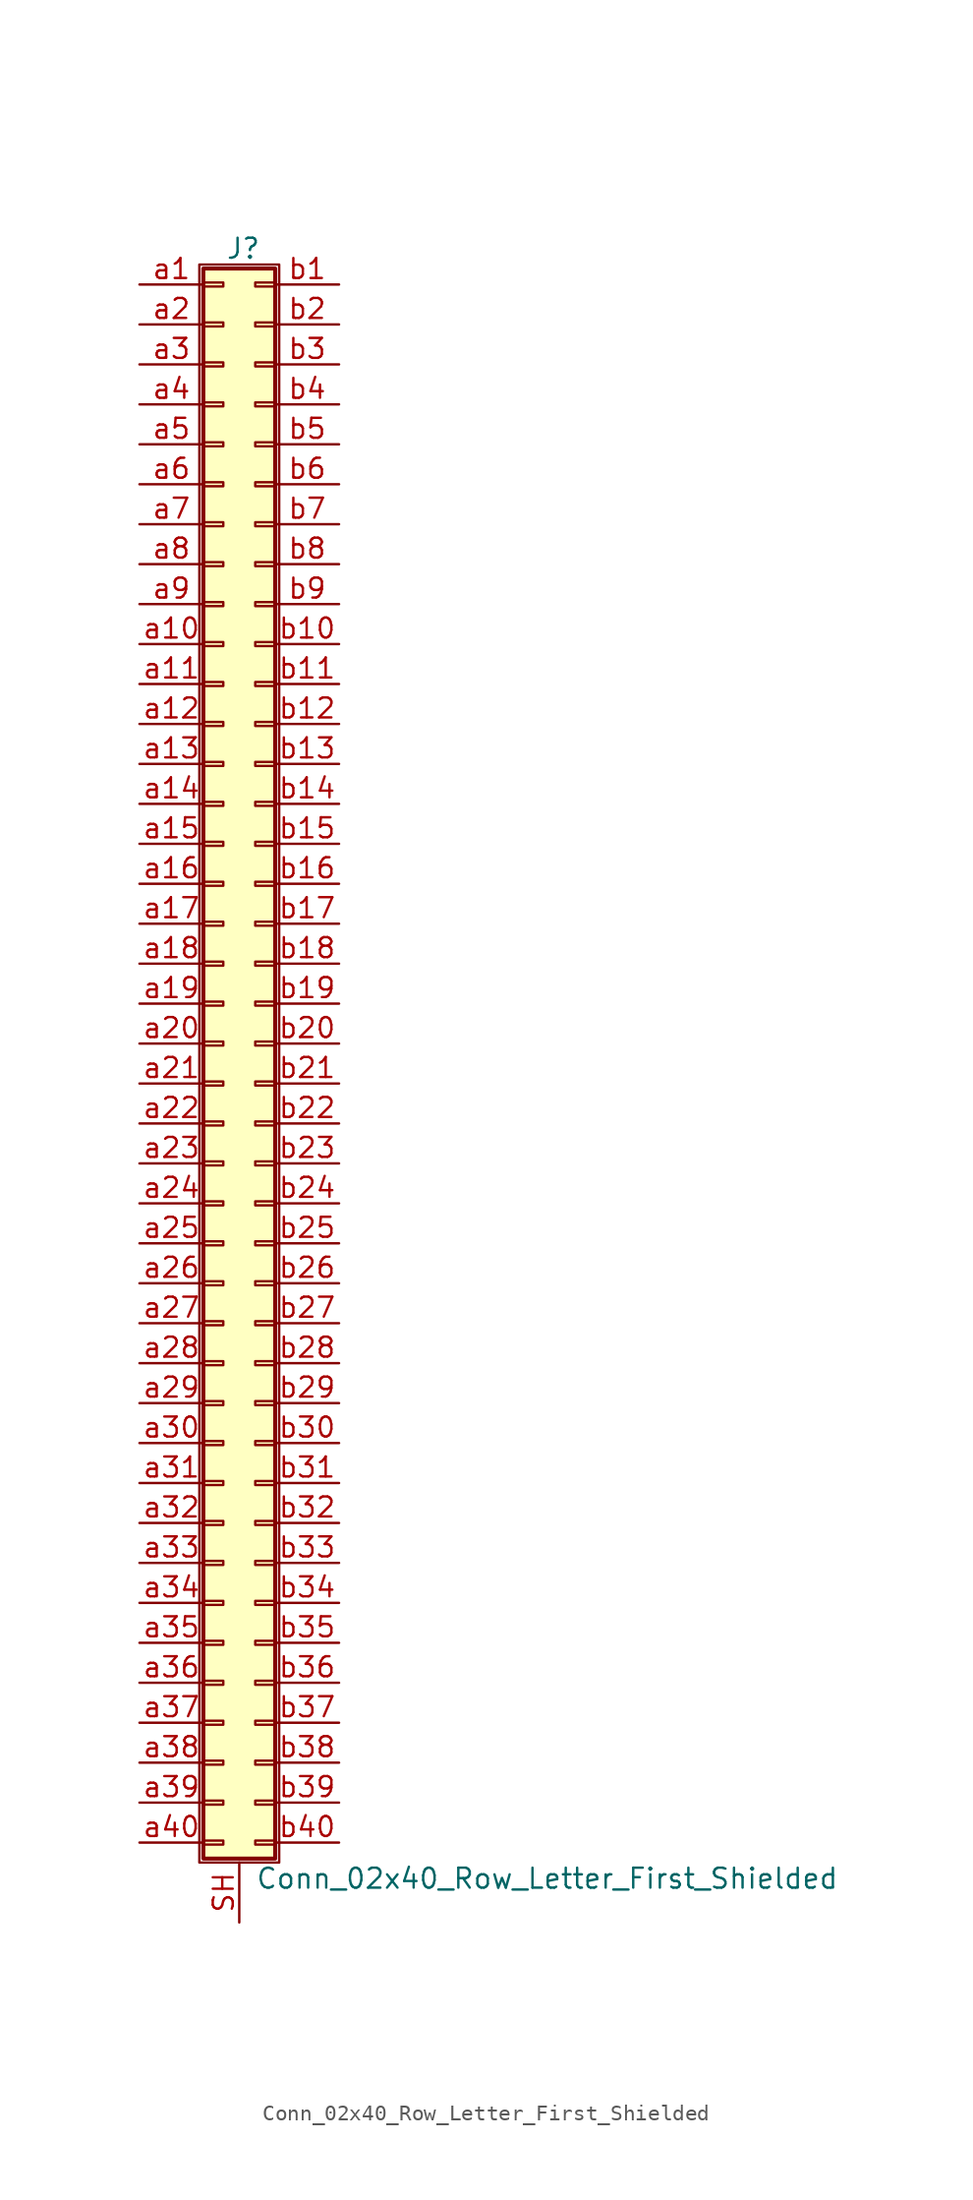
<source format=kicad_sym>
(kicad_symbol_lib
  (version 20201005)
  (generator kicad_symbol_editor)
  (symbol "Connector_Generic_Shielded:Conn_02x40_Row_Letter_First_Shielded"
    (pin_names
      (offset 1.016) hide)
    (property "Reference" "J"
      (at 1.524 50.546 0)
      (effects (font (size 1.27 1.27))))
    (property "Value" "Conn_02x40_Row_Letter_First_Shielded"
      (at 2.286 -53.086 0)
      (effects (font (size 1.27 1.27)) (justify left)))
    (symbol "Conn_02x40_Row_Letter_First_Shielded_1_1"
      (rectangle (start -1.016 -27.813) (end 0.254 -28.067) (stroke (width 0.152)) (fill (type none)))
      (rectangle (start -1.016 -30.353) (end 0.254 -30.607) (stroke (width 0.152)) (fill (type none)))
      (rectangle (start -1.016 -32.893) (end 0.254 -33.147) (stroke (width 0.152)) (fill (type none)))
      (rectangle (start -1.016 -35.433) (end 0.254 -35.687) (stroke (width 0.152)) (fill (type none)))
      (rectangle (start -1.016 -37.973) (end 0.254 -38.227) (stroke (width 0.152)) (fill (type none)))
      (rectangle (start -1.016 -40.513) (end 0.254 -40.767) (stroke (width 0.152)) (fill (type none)))
      (rectangle (start -1.016 -43.053) (end 0.254 -43.307) (stroke (width 0.152)) (fill (type none)))
      (rectangle (start -1.016 -45.593) (end 0.254 -45.847) (stroke (width 0.152)) (fill (type none)))
      (rectangle (start -1.016 -48.133) (end 0.254 -48.387) (stroke (width 0.152)) (fill (type none)))
      (rectangle (start -1.016 -4.953) (end 0.254 -5.207) (stroke (width 0.152)) (fill (type none)))
      (rectangle (start -1.016 -50.673) (end 0.254 -50.927) (stroke (width 0.152)) (fill (type none)))
      (rectangle (start -1.016 -7.493) (end 0.254 -7.747) (stroke (width 0.152)) (fill (type none)))
      (rectangle (start -1.016 -10.033) (end 0.254 -10.287) (stroke (width 0.152)) (fill (type none)))
      (rectangle (start -1.016 -12.573) (end 0.254 -12.827) (stroke (width 0.152)) (fill (type none)))
      (rectangle (start -1.016 -15.113) (end 0.254 -15.367) (stroke (width 0.152)) (fill (type none)))
      (rectangle (start -1.016 -17.653) (end 0.254 -17.907) (stroke (width 0.152)) (fill (type none)))
      (rectangle (start -1.016 -20.193) (end 0.254 -20.447) (stroke (width 0.152)) (fill (type none)))
      (rectangle (start -1.016 -22.733) (end 0.254 -22.987) (stroke (width 0.152)) (fill (type none)))
      (rectangle (start -1.016 -2.413) (end 0.254 -2.667) (stroke (width 0.152)) (fill (type none)))
      (rectangle (start -1.016 -25.273) (end 0.254 -25.527) (stroke (width 0.152)) (fill (type none)))
      (rectangle (start -1.016 25.527) (end 0.254 25.273) (stroke (width 0.152)) (fill (type none)))
      (rectangle (start -1.016 2.667) (end 0.254 2.413) (stroke (width 0.152)) (fill (type none)))
      (rectangle (start -1.016 28.067) (end 0.254 27.813) (stroke (width 0.152)) (fill (type none)))
      (rectangle (start -1.016 30.607) (end 0.254 30.353) (stroke (width 0.152)) (fill (type none)))
      (rectangle (start -1.016 33.147) (end 0.254 32.893) (stroke (width 0.152)) (fill (type none)))
      (rectangle (start -1.016 35.687) (end 0.254 35.433) (stroke (width 0.152)) (fill (type none)))
      (rectangle (start -1.016 38.227) (end 0.254 37.973) (stroke (width 0.152)) (fill (type none)))
      (rectangle (start -1.016 40.767) (end 0.254 40.513) (stroke (width 0.152)) (fill (type none)))
      (rectangle (start -1.016 43.307) (end 0.254 43.053) (stroke (width 0.152)) (fill (type none)))
      (rectangle (start -1.016 45.847) (end 0.254 45.593) (stroke (width 0.152)) (fill (type none)))
      (rectangle (start -1.016 48.387) (end 0.254 48.133) (stroke (width 0.152)) (fill (type none)))
      (rectangle (start -1.016 49.276) (end 3.556 -51.816) (stroke (width 0.254)) (fill (type background)))
      (rectangle (start -1.016 5.207) (end 0.254 4.953) (stroke (width 0.152)) (fill (type none)))
      (rectangle (start -1.016 7.747) (end 0.254 7.493) (stroke (width 0.152)) (fill (type none)))
      (rectangle (start -1.016 10.287) (end 0.254 10.033) (stroke (width 0.152)) (fill (type none)))
      (rectangle (start -1.016 0.127) (end 0.254 -0.127) (stroke (width 0.152)) (fill (type none)))
      (rectangle (start -1.016 12.827) (end 0.254 12.573) (stroke (width 0.152)) (fill (type none)))
      (rectangle (start -1.016 15.367) (end 0.254 15.113) (stroke (width 0.152)) (fill (type none)))
      (rectangle (start -1.016 17.907) (end 0.254 17.653) (stroke (width 0.152)) (fill (type none)))
      (rectangle (start -1.016 20.447) (end 0.254 20.193) (stroke (width 0.152)) (fill (type none)))
      (rectangle (start -1.016 22.987) (end 0.254 22.733) (stroke (width 0.152)) (fill (type none)))
      (rectangle (start -1.27 49.53) (end 3.81 -52.07) (stroke (width 0.152)) (fill (type none)))
      (rectangle (start 3.556 -27.813) (end 2.286 -28.067) (stroke (width 0.152)) (fill (type none)))
      (rectangle (start 3.556 -30.353) (end 2.286 -30.607) (stroke (width 0.152)) (fill (type none)))
      (rectangle (start 3.556 -32.893) (end 2.286 -33.147) (stroke (width 0.152)) (fill (type none)))
      (rectangle (start 3.556 -35.433) (end 2.286 -35.687) (stroke (width 0.152)) (fill (type none)))
      (rectangle (start 3.556 -37.973) (end 2.286 -38.227) (stroke (width 0.152)) (fill (type none)))
      (rectangle (start 3.556 -40.513) (end 2.286 -40.767) (stroke (width 0.152)) (fill (type none)))
      (rectangle (start 3.556 -43.053) (end 2.286 -43.307) (stroke (width 0.152)) (fill (type none)))
      (rectangle (start 3.556 -45.593) (end 2.286 -45.847) (stroke (width 0.152)) (fill (type none)))
      (rectangle (start 3.556 -48.133) (end 2.286 -48.387) (stroke (width 0.152)) (fill (type none)))
      (rectangle (start 3.556 -4.953) (end 2.286 -5.207) (stroke (width 0.152)) (fill (type none)))
      (rectangle (start 3.556 -50.673) (end 2.286 -50.927) (stroke (width 0.152)) (fill (type none)))
      (rectangle (start 3.556 -7.493) (end 2.286 -7.747) (stroke (width 0.152)) (fill (type none)))
      (rectangle (start 3.556 -10.033) (end 2.286 -10.287) (stroke (width 0.152)) (fill (type none)))
      (rectangle (start 3.556 -12.573) (end 2.286 -12.827) (stroke (width 0.152)) (fill (type none)))
      (rectangle (start 3.556 -15.113) (end 2.286 -15.367) (stroke (width 0.152)) (fill (type none)))
      (rectangle (start 3.556 -17.653) (end 2.286 -17.907) (stroke (width 0.152)) (fill (type none)))
      (rectangle (start 3.556 -20.193) (end 2.286 -20.447) (stroke (width 0.152)) (fill (type none)))
      (rectangle (start 3.556 -22.733) (end 2.286 -22.987) (stroke (width 0.152)) (fill (type none)))
      (rectangle (start 3.556 -2.413) (end 2.286 -2.667) (stroke (width 0.152)) (fill (type none)))
      (rectangle (start 3.556 -25.273) (end 2.286 -25.527) (stroke (width 0.152)) (fill (type none)))
      (rectangle (start 3.556 25.527) (end 2.286 25.273) (stroke (width 0.152)) (fill (type none)))
      (rectangle (start 3.556 2.667) (end 2.286 2.413) (stroke (width 0.152)) (fill (type none)))
      (rectangle (start 3.556 28.067) (end 2.286 27.813) (stroke (width 0.152)) (fill (type none)))
      (rectangle (start 3.556 30.607) (end 2.286 30.353) (stroke (width 0.152)) (fill (type none)))
      (rectangle (start 3.556 33.147) (end 2.286 32.893) (stroke (width 0.152)) (fill (type none)))
      (rectangle (start 3.556 35.687) (end 2.286 35.433) (stroke (width 0.152)) (fill (type none)))
      (rectangle (start 3.556 38.227) (end 2.286 37.973) (stroke (width 0.152)) (fill (type none)))
      (rectangle (start 3.556 40.767) (end 2.286 40.513) (stroke (width 0.152)) (fill (type none)))
      (rectangle (start 3.556 43.307) (end 2.286 43.053) (stroke (width 0.152)) (fill (type none)))
      (rectangle (start 3.556 45.847) (end 2.286 45.593) (stroke (width 0.152)) (fill (type none)))
      (rectangle (start 3.556 48.387) (end 2.286 48.133) (stroke (width 0.152)) (fill (type none)))
      (rectangle (start 3.556 5.207) (end 2.286 4.953) (stroke (width 0.152)) (fill (type none)))
      (rectangle (start 3.556 7.747) (end 2.286 7.493) (stroke (width 0.152)) (fill (type none)))
      (rectangle (start 3.556 10.287) (end 2.286 10.033) (stroke (width 0.152)) (fill (type none)))
      (rectangle (start 3.556 0.127) (end 2.286 -0.127) (stroke (width 0.152)) (fill (type none)))
      (rectangle (start 3.556 12.827) (end 2.286 12.573) (stroke (width 0.152)) (fill (type none)))
      (rectangle (start 3.556 15.367) (end 2.286 15.113) (stroke (width 0.152)) (fill (type none)))
      (rectangle (start 3.556 17.907) (end 2.286 17.653) (stroke (width 0.152)) (fill (type none)))
      (rectangle (start 3.556 20.447) (end 2.286 20.193) (stroke (width 0.152)) (fill (type none)))
      (rectangle (start 3.556 22.987) (end 2.286 22.733) (stroke (width 0.152)) (fill (type none)))
      (pin passive line (at -5.08 48.26 0) (length 4.064) (name "Pin_a1" (effects (font (size 1.27 1.27)))) (number "a1" (effects (font (size 1.27 1.27)))))
      (pin passive line (at -5.08 25.4 0) (length 4.064) (name "Pin_a10" (effects (font (size 1.27 1.27)))) (number "a10" (effects (font (size 1.27 1.27)))))
      (pin passive line (at -5.08 22.86 0) (length 4.064) (name "Pin_a11" (effects (font (size 1.27 1.27)))) (number "a11" (effects (font (size 1.27 1.27)))))
      (pin passive line (at -5.08 20.32 0) (length 4.064) (name "Pin_a12" (effects (font (size 1.27 1.27)))) (number "a12" (effects (font (size 1.27 1.27)))))
      (pin passive line (at -5.08 17.78 0) (length 4.064) (name "Pin_a13" (effects (font (size 1.27 1.27)))) (number "a13" (effects (font (size 1.27 1.27)))))
      (pin passive line (at -5.08 15.24 0) (length 4.064) (name "Pin_a14" (effects (font (size 1.27 1.27)))) (number "a14" (effects (font (size 1.27 1.27)))))
      (pin passive line (at -5.08 12.7 0) (length 4.064) (name "Pin_a15" (effects (font (size 1.27 1.27)))) (number "a15" (effects (font (size 1.27 1.27)))))
      (pin passive line (at -5.08 10.16 0) (length 4.064) (name "Pin_a16" (effects (font (size 1.27 1.27)))) (number "a16" (effects (font (size 1.27 1.27)))))
      (pin passive line (at -5.08 7.62 0) (length 4.064) (name "Pin_a17" (effects (font (size 1.27 1.27)))) (number "a17" (effects (font (size 1.27 1.27)))))
      (pin passive line (at -5.08 5.08 0) (length 4.064) (name "Pin_a18" (effects (font (size 1.27 1.27)))) (number "a18" (effects (font (size 1.27 1.27)))))
      (pin passive line (at -5.08 2.54 0) (length 4.064) (name "Pin_a19" (effects (font (size 1.27 1.27)))) (number "a19" (effects (font (size 1.27 1.27)))))
      (pin passive line (at -5.08 45.72 0) (length 4.064) (name "Pin_a2" (effects (font (size 1.27 1.27)))) (number "a2" (effects (font (size 1.27 1.27)))))
      (pin passive line (at -5.08 0 0) (length 4.064) (name "Pin_a20" (effects (font (size 1.27 1.27)))) (number "a20" (effects (font (size 1.27 1.27)))))
      (pin passive line (at -5.08 -2.54 0) (length 4.064) (name "Pin_a21" (effects (font (size 1.27 1.27)))) (number "a21" (effects (font (size 1.27 1.27)))))
      (pin passive line (at -5.08 -5.08 0) (length 4.064) (name "Pin_a22" (effects (font (size 1.27 1.27)))) (number "a22" (effects (font (size 1.27 1.27)))))
      (pin passive line (at -5.08 -7.62 0) (length 4.064) (name "Pin_a23" (effects (font (size 1.27 1.27)))) (number "a23" (effects (font (size 1.27 1.27)))))
      (pin passive line (at -5.08 -10.16 0) (length 4.064) (name "Pin_a24" (effects (font (size 1.27 1.27)))) (number "a24" (effects (font (size 1.27 1.27)))))
      (pin passive line (at -5.08 -12.7 0) (length 4.064) (name "Pin_a25" (effects (font (size 1.27 1.27)))) (number "a25" (effects (font (size 1.27 1.27)))))
      (pin passive line (at -5.08 -15.24 0) (length 4.064) (name "Pin_a26" (effects (font (size 1.27 1.27)))) (number "a26" (effects (font (size 1.27 1.27)))))
      (pin passive line (at -5.08 -17.78 0) (length 4.064) (name "Pin_a27" (effects (font (size 1.27 1.27)))) (number "a27" (effects (font (size 1.27 1.27)))))
      (pin passive line (at -5.08 -20.32 0) (length 4.064) (name "Pin_a28" (effects (font (size 1.27 1.27)))) (number "a28" (effects (font (size 1.27 1.27)))))
      (pin passive line (at -5.08 -22.86 0) (length 4.064) (name "Pin_a29" (effects (font (size 1.27 1.27)))) (number "a29" (effects (font (size 1.27 1.27)))))
      (pin passive line (at -5.08 43.18 0) (length 4.064) (name "Pin_a3" (effects (font (size 1.27 1.27)))) (number "a3" (effects (font (size 1.27 1.27)))))
      (pin passive line (at -5.08 -25.4 0) (length 4.064) (name "Pin_a30" (effects (font (size 1.27 1.27)))) (number "a30" (effects (font (size 1.27 1.27)))))
      (pin passive line (at -5.08 -27.94 0) (length 4.064) (name "Pin_a31" (effects (font (size 1.27 1.27)))) (number "a31" (effects (font (size 1.27 1.27)))))
      (pin passive line (at -5.08 -30.48 0) (length 4.064) (name "Pin_a32" (effects (font (size 1.27 1.27)))) (number "a32" (effects (font (size 1.27 1.27)))))
      (pin passive line (at -5.08 -33.02 0) (length 4.064) (name "Pin_a33" (effects (font (size 1.27 1.27)))) (number "a33" (effects (font (size 1.27 1.27)))))
      (pin passive line (at -5.08 -35.56 0) (length 4.064) (name "Pin_a34" (effects (font (size 1.27 1.27)))) (number "a34" (effects (font (size 1.27 1.27)))))
      (pin passive line (at -5.08 -38.1 0) (length 4.064) (name "Pin_a35" (effects (font (size 1.27 1.27)))) (number "a35" (effects (font (size 1.27 1.27)))))
      (pin passive line (at -5.08 -40.64 0) (length 4.064) (name "Pin_a36" (effects (font (size 1.27 1.27)))) (number "a36" (effects (font (size 1.27 1.27)))))
      (pin passive line (at -5.08 -43.18 0) (length 4.064) (name "Pin_a37" (effects (font (size 1.27 1.27)))) (number "a37" (effects (font (size 1.27 1.27)))))
      (pin passive line (at -5.08 -45.72 0) (length 4.064) (name "Pin_a38" (effects (font (size 1.27 1.27)))) (number "a38" (effects (font (size 1.27 1.27)))))
      (pin passive line (at -5.08 -48.26 0) (length 4.064) (name "Pin_a39" (effects (font (size 1.27 1.27)))) (number "a39" (effects (font (size 1.27 1.27)))))
      (pin passive line (at -5.08 40.64 0) (length 4.064) (name "Pin_a4" (effects (font (size 1.27 1.27)))) (number "a4" (effects (font (size 1.27 1.27)))))
      (pin passive line (at -5.08 -50.8 0) (length 4.064) (name "Pin_a40" (effects (font (size 1.27 1.27)))) (number "a40" (effects (font (size 1.27 1.27)))))
      (pin passive line (at -5.08 38.1 0) (length 4.064) (name "Pin_a5" (effects (font (size 1.27 1.27)))) (number "a5" (effects (font (size 1.27 1.27)))))
      (pin passive line (at -5.08 35.56 0) (length 4.064) (name "Pin_a6" (effects (font (size 1.27 1.27)))) (number "a6" (effects (font (size 1.27 1.27)))))
      (pin passive line (at -5.08 33.02 0) (length 4.064) (name "Pin_a7" (effects (font (size 1.27 1.27)))) (number "a7" (effects (font (size 1.27 1.27)))))
      (pin passive line (at -5.08 30.48 0) (length 4.064) (name "Pin_a8" (effects (font (size 1.27 1.27)))) (number "a8" (effects (font (size 1.27 1.27)))))
      (pin passive line (at -5.08 27.94 0) (length 4.064) (name "Pin_a9" (effects (font (size 1.27 1.27)))) (number "a9" (effects (font (size 1.27 1.27)))))
      (pin passive line (at 7.62 48.26 180) (length 4.064) (name "Pin_b1" (effects (font (size 1.27 1.27)))) (number "b1" (effects (font (size 1.27 1.27)))))
      (pin passive line (at 7.62 25.4 180) (length 4.064) (name "Pin_b10" (effects (font (size 1.27 1.27)))) (number "b10" (effects (font (size 1.27 1.27)))))
      (pin passive line (at 7.62 22.86 180) (length 4.064) (name "Pin_b11" (effects (font (size 1.27 1.27)))) (number "b11" (effects (font (size 1.27 1.27)))))
      (pin passive line (at 7.62 20.32 180) (length 4.064) (name "Pin_b12" (effects (font (size 1.27 1.27)))) (number "b12" (effects (font (size 1.27 1.27)))))
      (pin passive line (at 7.62 17.78 180) (length 4.064) (name "Pin_b13" (effects (font (size 1.27 1.27)))) (number "b13" (effects (font (size 1.27 1.27)))))
      (pin passive line (at 7.62 15.24 180) (length 4.064) (name "Pin_b14" (effects (font (size 1.27 1.27)))) (number "b14" (effects (font (size 1.27 1.27)))))
      (pin passive line (at 7.62 12.7 180) (length 4.064) (name "Pin_b15" (effects (font (size 1.27 1.27)))) (number "b15" (effects (font (size 1.27 1.27)))))
      (pin passive line (at 7.62 10.16 180) (length 4.064) (name "Pin_b16" (effects (font (size 1.27 1.27)))) (number "b16" (effects (font (size 1.27 1.27)))))
      (pin passive line (at 7.62 7.62 180) (length 4.064) (name "Pin_b17" (effects (font (size 1.27 1.27)))) (number "b17" (effects (font (size 1.27 1.27)))))
      (pin passive line (at 7.62 5.08 180) (length 4.064) (name "Pin_b18" (effects (font (size 1.27 1.27)))) (number "b18" (effects (font (size 1.27 1.27)))))
      (pin passive line (at 7.62 2.54 180) (length 4.064) (name "Pin_b19" (effects (font (size 1.27 1.27)))) (number "b19" (effects (font (size 1.27 1.27)))))
      (pin passive line (at 7.62 45.72 180) (length 4.064) (name "Pin_b2" (effects (font (size 1.27 1.27)))) (number "b2" (effects (font (size 1.27 1.27)))))
      (pin passive line (at 7.62 0 180) (length 4.064) (name "Pin_b20" (effects (font (size 1.27 1.27)))) (number "b20" (effects (font (size 1.27 1.27)))))
      (pin passive line (at 7.62 -2.54 180) (length 4.064) (name "Pin_b21" (effects (font (size 1.27 1.27)))) (number "b21" (effects (font (size 1.27 1.27)))))
      (pin passive line (at 7.62 -5.08 180) (length 4.064) (name "Pin_b22" (effects (font (size 1.27 1.27)))) (number "b22" (effects (font (size 1.27 1.27)))))
      (pin passive line (at 7.62 -7.62 180) (length 4.064) (name "Pin_b23" (effects (font (size 1.27 1.27)))) (number "b23" (effects (font (size 1.27 1.27)))))
      (pin passive line (at 7.62 -10.16 180) (length 4.064) (name "Pin_b24" (effects (font (size 1.27 1.27)))) (number "b24" (effects (font (size 1.27 1.27)))))
      (pin passive line (at 7.62 -12.7 180) (length 4.064) (name "Pin_b25" (effects (font (size 1.27 1.27)))) (number "b25" (effects (font (size 1.27 1.27)))))
      (pin passive line (at 7.62 -15.24 180) (length 4.064) (name "Pin_b26" (effects (font (size 1.27 1.27)))) (number "b26" (effects (font (size 1.27 1.27)))))
      (pin passive line (at 7.62 -17.78 180) (length 4.064) (name "Pin_b27" (effects (font (size 1.27 1.27)))) (number "b27" (effects (font (size 1.27 1.27)))))
      (pin passive line (at 7.62 -20.32 180) (length 4.064) (name "Pin_b28" (effects (font (size 1.27 1.27)))) (number "b28" (effects (font (size 1.27 1.27)))))
      (pin passive line (at 7.62 -22.86 180) (length 4.064) (name "Pin_b29" (effects (font (size 1.27 1.27)))) (number "b29" (effects (font (size 1.27 1.27)))))
      (pin passive line (at 7.62 43.18 180) (length 4.064) (name "Pin_b3" (effects (font (size 1.27 1.27)))) (number "b3" (effects (font (size 1.27 1.27)))))
      (pin passive line (at 7.62 -25.4 180) (length 4.064) (name "Pin_b30" (effects (font (size 1.27 1.27)))) (number "b30" (effects (font (size 1.27 1.27)))))
      (pin passive line (at 7.62 -27.94 180) (length 4.064) (name "Pin_b31" (effects (font (size 1.27 1.27)))) (number "b31" (effects (font (size 1.27 1.27)))))
      (pin passive line (at 7.62 -30.48 180) (length 4.064) (name "Pin_b32" (effects (font (size 1.27 1.27)))) (number "b32" (effects (font (size 1.27 1.27)))))
      (pin passive line (at 7.62 -33.02 180) (length 4.064) (name "Pin_b33" (effects (font (size 1.27 1.27)))) (number "b33" (effects (font (size 1.27 1.27)))))
      (pin passive line (at 7.62 -35.56 180) (length 4.064) (name "Pin_b34" (effects (font (size 1.27 1.27)))) (number "b34" (effects (font (size 1.27 1.27)))))
      (pin passive line (at 7.62 -38.1 180) (length 4.064) (name "Pin_b35" (effects (font (size 1.27 1.27)))) (number "b35" (effects (font (size 1.27 1.27)))))
      (pin passive line (at 7.62 -40.64 180) (length 4.064) (name "Pin_b36" (effects (font (size 1.27 1.27)))) (number "b36" (effects (font (size 1.27 1.27)))))
      (pin passive line (at 7.62 -43.18 180) (length 4.064) (name "Pin_b37" (effects (font (size 1.27 1.27)))) (number "b37" (effects (font (size 1.27 1.27)))))
      (pin passive line (at 7.62 -45.72 180) (length 4.064) (name "Pin_b38" (effects (font (size 1.27 1.27)))) (number "b38" (effects (font (size 1.27 1.27)))))
      (pin passive line (at 7.62 -48.26 180) (length 4.064) (name "Pin_b39" (effects (font (size 1.27 1.27)))) (number "b39" (effects (font (size 1.27 1.27)))))
      (pin passive line (at 7.62 40.64 180) (length 4.064) (name "Pin_b4" (effects (font (size 1.27 1.27)))) (number "b4" (effects (font (size 1.27 1.27)))))
      (pin passive line (at 7.62 -50.8 180) (length 4.064) (name "Pin_b40" (effects (font (size 1.27 1.27)))) (number "b40" (effects (font (size 1.27 1.27)))))
      (pin passive line (at 7.62 38.1 180) (length 4.064) (name "Pin_b5" (effects (font (size 1.27 1.27)))) (number "b5" (effects (font (size 1.27 1.27)))))
      (pin passive line (at 7.62 35.56 180) (length 4.064) (name "Pin_b6" (effects (font (size 1.27 1.27)))) (number "b6" (effects (font (size 1.27 1.27)))))
      (pin passive line (at 7.62 33.02 180) (length 4.064) (name "Pin_b7" (effects (font (size 1.27 1.27)))) (number "b7" (effects (font (size 1.27 1.27)))))
      (pin passive line (at 7.62 30.48 180) (length 4.064) (name "Pin_b8" (effects (font (size 1.27 1.27)))) (number "b8" (effects (font (size 1.27 1.27)))))
      (pin passive line (at 7.62 27.94 180) (length 4.064) (name "Pin_b9" (effects (font (size 1.27 1.27)))) (number "b9" (effects (font (size 1.27 1.27)))))
      (pin passive line (at 1.27 -55.88 90) (length 3.81) (name "Shield" (effects (font (size 1.27 1.27)))) (number "SH" (effects (font (size 1.27 1.27))))))))
</source>
